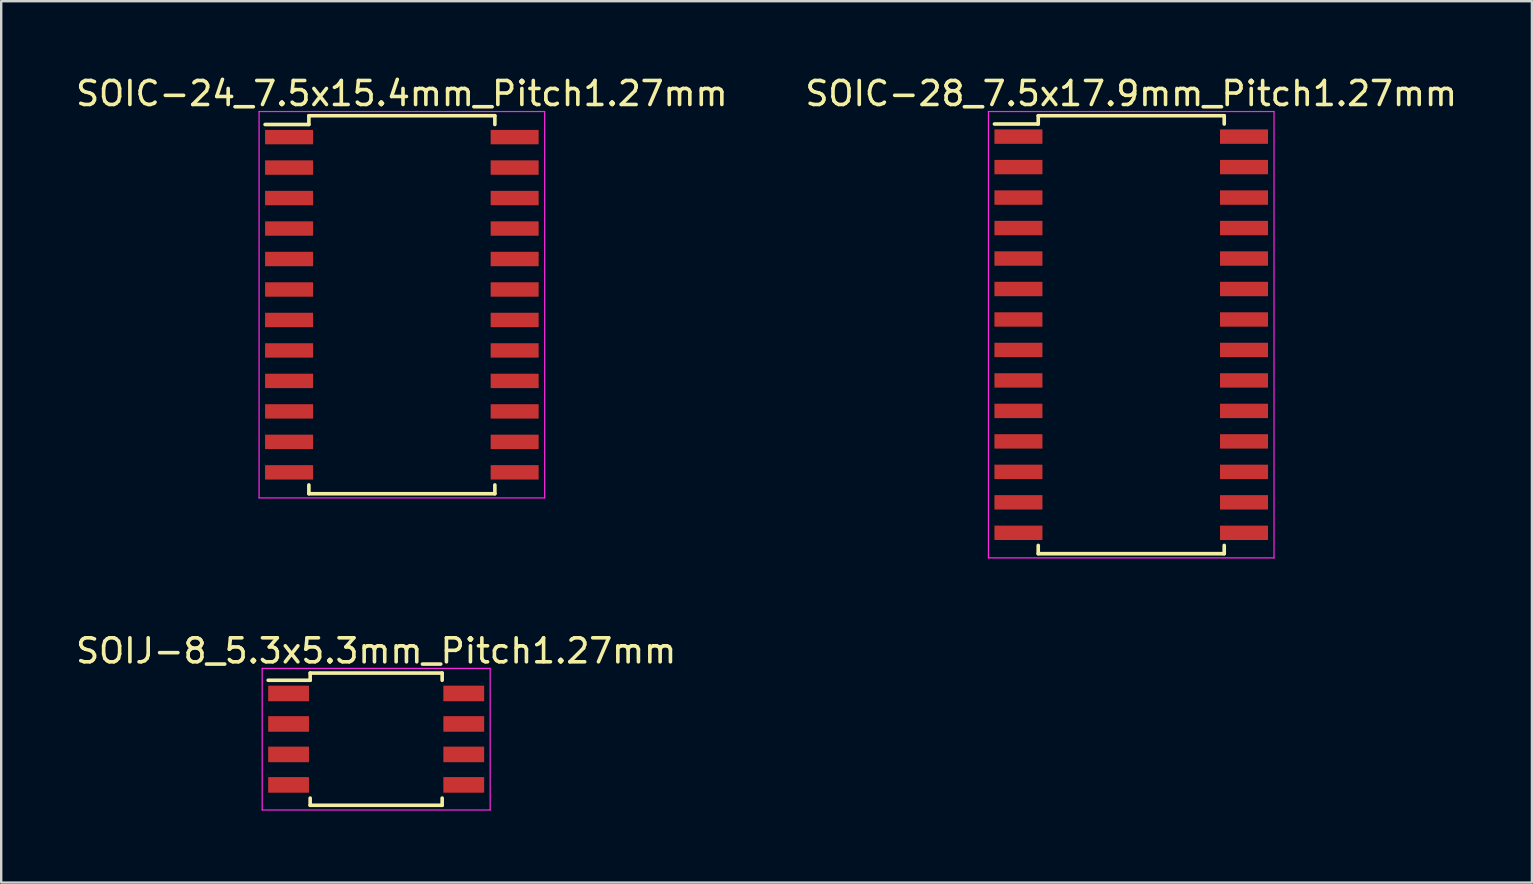
<source format=kicad_pcb>
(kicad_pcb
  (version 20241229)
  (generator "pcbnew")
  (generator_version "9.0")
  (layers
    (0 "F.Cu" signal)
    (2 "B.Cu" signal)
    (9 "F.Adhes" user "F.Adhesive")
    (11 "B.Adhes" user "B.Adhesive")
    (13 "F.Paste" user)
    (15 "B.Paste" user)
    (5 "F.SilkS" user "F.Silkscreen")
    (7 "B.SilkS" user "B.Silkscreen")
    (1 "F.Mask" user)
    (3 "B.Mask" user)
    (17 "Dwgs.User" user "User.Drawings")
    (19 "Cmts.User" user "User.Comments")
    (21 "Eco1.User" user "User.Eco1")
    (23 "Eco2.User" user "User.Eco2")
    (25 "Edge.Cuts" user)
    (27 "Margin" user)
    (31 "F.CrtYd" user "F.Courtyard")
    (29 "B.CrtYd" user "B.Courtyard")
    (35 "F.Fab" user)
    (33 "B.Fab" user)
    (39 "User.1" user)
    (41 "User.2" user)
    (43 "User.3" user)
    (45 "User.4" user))
  (footprint "SOIJ-8_5.3x5.3mm_Pitch1.27mm"
    (layer "F.Cu")
    (at 12.625 27.752)
    (property "Reference" "SOIJ-8_5.3x5.3mm_Pitch1.27mm" (at 0 -3.68 0) (layer "F.SilkS") (effects (font (size 1 1) (thickness 0.15))))
    (attr smd)
    (fp_line (start -2.75 -2.755) (end -2.75 -2.455) (stroke (width 0.15) (type solid)) (layer "F.SilkS"))
    (fp_line (start -2.75 -2.755) (end 2.75 -2.755) (stroke (width 0.15) (type solid)) (layer "F.SilkS"))
    (fp_line (start -2.75 -2.455) (end -4.5 -2.455) (stroke (width 0.15) (type solid)) (layer "F.SilkS"))
    (fp_line (start -2.75 2.755) (end -2.75 2.455) (stroke (width 0.15) (type solid)) (layer "F.SilkS"))
    (fp_line (start -2.75 2.755) (end 2.75 2.755) (stroke (width 0.15) (type solid)) (layer "F.SilkS"))
    (fp_line (start 2.75 -2.755) (end 2.75 -2.455) (stroke (width 0.15) (type solid)) (layer "F.SilkS"))
    (fp_line (start 2.75 2.755) (end 2.75 2.455) (stroke (width 0.15) (type solid)) (layer "F.SilkS"))
    (fp_line (start -4.75 -2.95) (end -4.75 2.95) (stroke (width 0.05) (type solid)) (layer "F.CrtYd"))
    (fp_line (start -4.75 -2.95) (end 4.75 -2.95) (stroke (width 0.05) (type solid)) (layer "F.CrtYd"))
    (fp_line (start -4.75 2.95) (end 4.75 2.95) (stroke (width 0.05) (type solid)) (layer "F.CrtYd"))
    (fp_line (start 4.75 -2.95) (end 4.75 2.95) (stroke (width 0.05) (type solid)) (layer "F.CrtYd"))
    (pad "1" smd rect (at -3.65 -1.905) (size 1.7 0.65) (layers "F.Cu" "F.Mask" "F.Paste"))
    (pad "2" smd rect (at -3.65 -0.635) (size 1.7 0.65) (layers "F.Cu" "F.Mask" "F.Paste"))
    (pad "3" smd rect (at -3.65 0.635) (size 1.7 0.65) (layers "F.Cu" "F.Mask" "F.Paste"))
    (pad "4" smd rect (at -3.65 1.905) (size 1.7 0.65) (layers "F.Cu" "F.Mask" "F.Paste"))
    (pad "5" smd rect (at 3.65 1.905) (size 1.7 0.65) (layers "F.Cu" "F.Mask" "F.Paste"))
    (pad "6" smd rect (at 3.65 0.635) (size 1.7 0.65) (layers "F.Cu" "F.Mask" "F.Paste"))
    (pad "7" smd rect (at 3.65 -0.635) (size 1.7 0.65) (layers "F.Cu" "F.Mask" "F.Paste"))
    (pad "8" smd rect (at 3.65 -1.905) (size 1.7 0.65) (layers "F.Cu" "F.Mask" "F.Paste")))
  (footprint "SOIC-24_7.5x15.4mm_Pitch1.27mm"
    (layer "F.Cu")
    (at 13.696 9.648)
    (property "Reference" "SOIC-24_7.5x15.4mm_Pitch1.27mm" (at 0 -8.8 0) (layer "F.SilkS") (effects (font (size 1 1) (thickness 0.15))))
    (attr smd)
    (fp_line (start -3.875 -7.875) (end -3.875 -7.51) (stroke (width 0.15) (type solid)) (layer "F.SilkS"))
    (fp_line (start -3.875 -7.875) (end 3.875 -7.875) (stroke (width 0.15) (type solid)) (layer "F.SilkS"))
    (fp_line (start -3.875 -7.51) (end -5.7 -7.51) (stroke (width 0.15) (type solid)) (layer "F.SilkS"))
    (fp_line (start -3.875 7.875) (end -3.875 7.51) (stroke (width 0.15) (type solid)) (layer "F.SilkS"))
    (fp_line (start -3.875 7.875) (end 3.875 7.875) (stroke (width 0.15) (type solid)) (layer "F.SilkS"))
    (fp_line (start 3.875 -7.875) (end 3.875 -7.51) (stroke (width 0.15) (type solid)) (layer "F.SilkS"))
    (fp_line (start 3.875 7.875) (end 3.875 7.51) (stroke (width 0.15) (type solid)) (layer "F.SilkS"))
    (fp_line (start -5.95 -8.05) (end -5.95 8.05) (stroke (width 0.05) (type solid)) (layer "F.CrtYd"))
    (fp_line (start -5.95 -8.05) (end 5.95 -8.05) (stroke (width 0.05) (type solid)) (layer "F.CrtYd"))
    (fp_line (start -5.95 8.05) (end 5.95 8.05) (stroke (width 0.05) (type solid)) (layer "F.CrtYd"))
    (fp_line (start 5.95 -8.05) (end 5.95 8.05) (stroke (width 0.05) (type solid)) (layer "F.CrtYd"))
    (pad "1" smd rect (at -4.7 -6.985) (size 2 0.6) (layers "F.Cu" "F.Mask" "F.Paste"))
    (pad "2" smd rect (at -4.7 -5.715) (size 2 0.6) (layers "F.Cu" "F.Mask" "F.Paste"))
    (pad "3" smd rect (at -4.7 -4.445) (size 2 0.6) (layers "F.Cu" "F.Mask" "F.Paste"))
    (pad "4" smd rect (at -4.7 -3.175) (size 2 0.6) (layers "F.Cu" "F.Mask" "F.Paste"))
    (pad "5" smd rect (at -4.7 -1.905) (size 2 0.6) (layers "F.Cu" "F.Mask" "F.Paste"))
    (pad "6" smd rect (at -4.7 -0.635) (size 2 0.6) (layers "F.Cu" "F.Mask" "F.Paste"))
    (pad "7" smd rect (at -4.7 0.635) (size 2 0.6) (layers "F.Cu" "F.Mask" "F.Paste"))
    (pad "8" smd rect (at -4.7 1.905) (size 2 0.6) (layers "F.Cu" "F.Mask" "F.Paste"))
    (pad "9" smd rect (at -4.7 3.175) (size 2 0.6) (layers "F.Cu" "F.Mask" "F.Paste"))
    (pad "10" smd rect (at -4.7 4.445) (size 2 0.6) (layers "F.Cu" "F.Mask" "F.Paste"))
    (pad "11" smd rect (at -4.7 5.715) (size 2 0.6) (layers "F.Cu" "F.Mask" "F.Paste"))
    (pad "12" smd rect (at -4.7 6.985) (size 2 0.6) (layers "F.Cu" "F.Mask" "F.Paste"))
    (pad "13" smd rect (at 4.7 6.985) (size 2 0.6) (layers "F.Cu" "F.Mask" "F.Paste"))
    (pad "14" smd rect (at 4.7 5.715) (size 2 0.6) (layers "F.Cu" "F.Mask" "F.Paste"))
    (pad "15" smd rect (at 4.7 4.445) (size 2 0.6) (layers "F.Cu" "F.Mask" "F.Paste"))
    (pad "16" smd rect (at 4.7 3.175) (size 2 0.6) (layers "F.Cu" "F.Mask" "F.Paste"))
    (pad "17" smd rect (at 4.7 1.905) (size 2 0.6) (layers "F.Cu" "F.Mask" "F.Paste"))
    (pad "18" smd rect (at 4.7 0.635) (size 2 0.6) (layers "F.Cu" "F.Mask" "F.Paste"))
    (pad "19" smd rect (at 4.7 -0.635) (size 2 0.6) (layers "F.Cu" "F.Mask" "F.Paste"))
    (pad "20" smd rect (at 4.7 -1.905) (size 2 0.6) (layers "F.Cu" "F.Mask" "F.Paste"))
    (pad "21" smd rect (at 4.7 -3.175) (size 2 0.6) (layers "F.Cu" "F.Mask" "F.Paste"))
    (pad "22" smd rect (at 4.7 -4.445) (size 2 0.6) (layers "F.Cu" "F.Mask" "F.Paste"))
    (pad "23" smd rect (at 4.7 -5.715) (size 2 0.6) (layers "F.Cu" "F.Mask" "F.Paste"))
    (pad "24" smd rect (at 4.7 -6.985) (size 2 0.6) (layers "F.Cu" "F.Mask" "F.Paste")))
  (footprint "SOIC-28_7.5x17.9mm_Pitch1.27mm"
    (layer "F.Cu")
    (at 44.089 10.898)
    (property "Reference" "SOIC-28_7.5x17.9mm_Pitch1.27mm" (at 0 -10.05 0) (layer "F.SilkS") (effects (font (size 1 1) (thickness 0.15))))
    (attr smd)
    (fp_line (start -3.875 -9.125) (end -3.875 -8.78) (stroke (width 0.15) (type solid)) (layer "F.SilkS"))
    (fp_line (start -3.875 -9.125) (end 3.875 -9.125) (stroke (width 0.15) (type solid)) (layer "F.SilkS"))
    (fp_line (start -3.875 -8.78) (end -5.7 -8.78) (stroke (width 0.15) (type solid)) (layer "F.SilkS"))
    (fp_line (start -3.875 9.125) (end -3.875 8.78) (stroke (width 0.15) (type solid)) (layer "F.SilkS"))
    (fp_line (start -3.875 9.125) (end 3.875 9.125) (stroke (width 0.15) (type solid)) (layer "F.SilkS"))
    (fp_line (start 3.875 -9.125) (end 3.875 -8.78) (stroke (width 0.15) (type solid)) (layer "F.SilkS"))
    (fp_line (start 3.875 9.125) (end 3.875 8.78) (stroke (width 0.15) (type solid)) (layer "F.SilkS"))
    (fp_line (start -5.95 -9.3) (end -5.95 9.3) (stroke (width 0.05) (type solid)) (layer "F.CrtYd"))
    (fp_line (start -5.95 -9.3) (end 5.95 -9.3) (stroke (width 0.05) (type solid)) (layer "F.CrtYd"))
    (fp_line (start -5.95 9.3) (end 5.95 9.3) (stroke (width 0.05) (type solid)) (layer "F.CrtYd"))
    (fp_line (start 5.95 -9.3) (end 5.95 9.3) (stroke (width 0.05) (type solid)) (layer "F.CrtYd"))
    (pad "1" smd rect (at -4.7 -8.255) (size 2 0.6) (layers "F.Cu" "F.Mask" "F.Paste"))
    (pad "2" smd rect (at -4.7 -6.985) (size 2 0.6) (layers "F.Cu" "F.Mask" "F.Paste"))
    (pad "3" smd rect (at -4.7 -5.715) (size 2 0.6) (layers "F.Cu" "F.Mask" "F.Paste"))
    (pad "4" smd rect (at -4.7 -4.445) (size 2 0.6) (layers "F.Cu" "F.Mask" "F.Paste"))
    (pad "5" smd rect (at -4.7 -3.175) (size 2 0.6) (layers "F.Cu" "F.Mask" "F.Paste"))
    (pad "6" smd rect (at -4.7 -1.905) (size 2 0.6) (layers "F.Cu" "F.Mask" "F.Paste"))
    (pad "7" smd rect (at -4.7 -0.635) (size 2 0.6) (layers "F.Cu" "F.Mask" "F.Paste"))
    (pad "8" smd rect (at -4.7 0.635) (size 2 0.6) (layers "F.Cu" "F.Mask" "F.Paste"))
    (pad "9" smd rect (at -4.7 1.905) (size 2 0.6) (layers "F.Cu" "F.Mask" "F.Paste"))
    (pad "10" smd rect (at -4.7 3.175) (size 2 0.6) (layers "F.Cu" "F.Mask" "F.Paste"))
    (pad "11" smd rect (at -4.7 4.445) (size 2 0.6) (layers "F.Cu" "F.Mask" "F.Paste"))
    (pad "12" smd rect (at -4.7 5.715) (size 2 0.6) (layers "F.Cu" "F.Mask" "F.Paste"))
    (pad "13" smd rect (at -4.7 6.985) (size 2 0.6) (layers "F.Cu" "F.Mask" "F.Paste"))
    (pad "14" smd rect (at -4.7 8.255) (size 2 0.6) (layers "F.Cu" "F.Mask" "F.Paste"))
    (pad "15" smd rect (at 4.7 8.255) (size 2 0.6) (layers "F.Cu" "F.Mask" "F.Paste"))
    (pad "16" smd rect (at 4.7 6.985) (size 2 0.6) (layers "F.Cu" "F.Mask" "F.Paste"))
    (pad "17" smd rect (at 4.7 5.715) (size 2 0.6) (layers "F.Cu" "F.Mask" "F.Paste"))
    (pad "18" smd rect (at 4.7 4.445) (size 2 0.6) (layers "F.Cu" "F.Mask" "F.Paste"))
    (pad "19" smd rect (at 4.7 3.175) (size 2 0.6) (layers "F.Cu" "F.Mask" "F.Paste"))
    (pad "20" smd rect (at 4.7 1.905) (size 2 0.6) (layers "F.Cu" "F.Mask" "F.Paste"))
    (pad "21" smd rect (at 4.7 0.635) (size 2 0.6) (layers "F.Cu" "F.Mask" "F.Paste"))
    (pad "22" smd rect (at 4.7 -0.635) (size 2 0.6) (layers "F.Cu" "F.Mask" "F.Paste"))
    (pad "23" smd rect (at 4.7 -1.905) (size 2 0.6) (layers "F.Cu" "F.Mask" "F.Paste"))
    (pad "24" smd rect (at 4.7 -3.175) (size 2 0.6) (layers "F.Cu" "F.Mask" "F.Paste"))
    (pad "25" smd rect (at 4.7 -4.445) (size 2 0.6) (layers "F.Cu" "F.Mask" "F.Paste"))
    (pad "26" smd rect (at 4.7 -5.715) (size 2 0.6) (layers "F.Cu" "F.Mask" "F.Paste"))
    (pad "27" smd rect (at 4.7 -6.985) (size 2 0.6) (layers "F.Cu" "F.Mask" "F.Paste"))
    (pad "28" smd rect (at 4.7 -8.255) (size 2 0.6) (layers "F.Cu" "F.Mask" "F.Paste")))
  (gr_rect
    (start -3 -3)
    (end 60.786 33.727)
    (stroke (width 0.1) (type default))
    (fill no)
    (layer "Edge.Cuts")))
</source>
